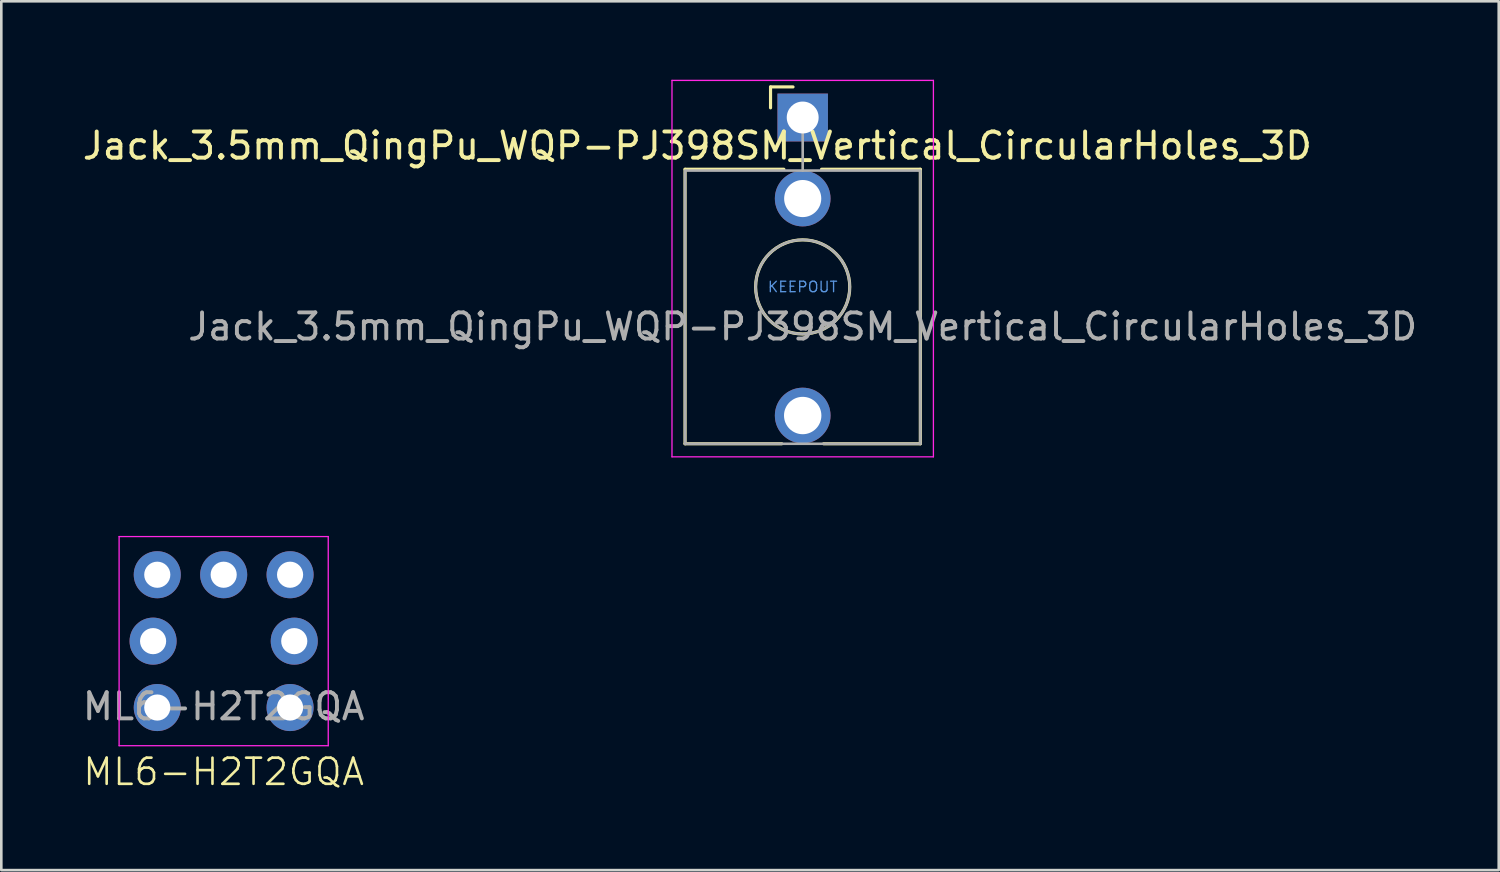
<source format=kicad_pcb>
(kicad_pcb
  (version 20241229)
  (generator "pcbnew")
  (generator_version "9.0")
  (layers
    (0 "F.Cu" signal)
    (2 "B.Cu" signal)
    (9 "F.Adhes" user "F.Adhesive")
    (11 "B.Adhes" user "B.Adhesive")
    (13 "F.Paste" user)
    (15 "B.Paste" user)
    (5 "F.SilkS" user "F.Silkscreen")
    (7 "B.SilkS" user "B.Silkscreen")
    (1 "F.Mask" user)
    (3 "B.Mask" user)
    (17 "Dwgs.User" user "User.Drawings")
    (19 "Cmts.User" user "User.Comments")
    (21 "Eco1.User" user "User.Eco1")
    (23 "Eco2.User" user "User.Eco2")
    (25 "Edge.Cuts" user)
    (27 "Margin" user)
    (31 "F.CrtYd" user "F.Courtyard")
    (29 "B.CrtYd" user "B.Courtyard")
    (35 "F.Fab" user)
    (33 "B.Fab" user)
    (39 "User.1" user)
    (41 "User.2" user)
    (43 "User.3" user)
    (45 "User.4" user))
  (footprint "Jack_3.5mm_QingPu_WQP-PJ398SM_Vertical_CircularHoles_3D"
    (layer "F.Cu")
    (at 27.655 1.445)
    (property "Reference" "Jack_3.5mm_QingPu_WQP-PJ398SM_Vertical_CircularHoles_3D" (at -4.03 1.08 180) (layer "F.SilkS") (effects (font (size 1 1) (thickness 0.15))))
    (attr through_hole)
    (fp_line (start -4.5 1.98) (end -4.5 12.48) (stroke (width 0.12) (type solid)) (layer "F.SilkS"))
    (fp_line (start -1.23 -1.17) (end -1.23 -0.37) (stroke (width 0.12) (type solid)) (layer "F.SilkS"))
    (fp_line (start -1.23 -1.17) (end -0.37 -1.17) (stroke (width 0.12) (type solid)) (layer "F.SilkS"))
    (fp_line (start -0.8 12.48) (end -4.5 12.48) (stroke (width 0.12) (type solid)) (layer "F.SilkS"))
    (fp_line (start -0.72 1.98) (end -4.5 1.98) (stroke (width 0.12) (type solid)) (layer "F.SilkS"))
    (fp_line (start 4.5 1.98) (end 0.72 1.98) (stroke (width 0.12) (type solid)) (layer "F.SilkS"))
    (fp_line (start 4.5 1.98) (end 4.5 12.48) (stroke (width 0.12) (type solid)) (layer "F.SilkS"))
    (fp_line (start 4.5 12.48) (end 0.8 12.48) (stroke (width 0.12) (type solid)) (layer "F.SilkS"))
    (fp_circle (center 0 6.48) (end 1.8 6.48) (stroke (width 0.12) (type solid)) (fill no) (layer "F.SilkS"))
    (fp_line (start -5 12.98) (end -5 -1.42) (stroke (width 0.05) (type solid)) (layer "F.CrtYd"))
    (fp_line (start 5 -1.42) (end -5 -1.42) (stroke (width 0.05) (type solid)) (layer "F.CrtYd"))
    (fp_line (start 5 12.98) (end -5 12.98) (stroke (width 0.05) (type solid)) (layer "F.CrtYd"))
    (fp_line (start 5 12.98) (end 5 -1.42) (stroke (width 0.05) (type solid)) (layer "F.CrtYd"))
    (fp_line (start -4.5 12.48) (end -4.5 2.08) (stroke (width 0.1) (type solid)) (layer "F.Fab"))
    (fp_line (start 0 0) (end 0 2.03) (stroke (width 0.1) (type solid)) (layer "F.Fab"))
    (fp_line (start 4.5 2.03) (end -4.5 2.03) (stroke (width 0.1) (type solid)) (layer "F.Fab"))
    (fp_line (start 4.5 12.48) (end -4.5 12.48) (stroke (width 0.1) (type solid)) (layer "F.Fab"))
    (fp_line (start 4.5 12.48) (end 4.5 2.08) (stroke (width 0.1) (type solid)) (layer "F.Fab"))
    (fp_circle (center 0 6.48) (end 1.8 6.48) (stroke (width 0.1) (type solid)) (fill no) (layer "F.Fab"))
    (fp_text user "KEEPOUT" (at 0 6.48 0) (layer "Cmts.User") (effects (font (size 0.4 0.4) (thickness 0.051))))
    (fp_text user "${REFERENCE}" (at 0 8 180) (layer "F.Fab") (effects (font (size 1 1) (thickness 0.15))))
    (pad "S" thru_hole rect (at 0 0 180) (size 1.93 1.83) (drill 1.22) (layers "*.Cu" "*.Mask"))
    (pad "T" thru_hole circle (at 0 11.4 180) (size 2.13 2.13) (drill 1.43) (layers "*.Cu" "*.Mask"))
    (pad "TN" thru_hole circle (at 0 3.1 180) (size 2.13 2.13) (drill 1.42) (layers "*.Cu" "*.Mask"))
    (zone (net_name "") (layer "F.Cu") (hatch full 0.508) (connect_pads) (min_thickness 0.254) (filled_areas_thickness no) (keepout (tracks not_allowed) (vias not_allowed) (pads not_allowed) (copperpour not_allowed) (footprints not_allowed)) (placement (enabled no)) (fill) (polygon (pts (xy 29.16 7.925) (xy 29.14 7.679) (xy 29.08 7.44) (xy 28.981 7.214) (xy 28.848 7.007) (xy 28.682 6.824) (xy 28.488 6.671) (xy 28.272 6.552) (xy 28.039 6.47) (xy 27.797 6.427) (xy 27.55 6.424) (xy 27.306 6.461) (xy 27.072 6.537) (xy 26.853 6.651) (xy 26.656 6.799) (xy 26.485 6.978) (xy 26.346 7.182) (xy 26.242 7.405) (xy 26.177 7.643) (xy 26.15 7.888) (xy 26.165 8.134) (xy 26.219 8.375) (xy 26.312 8.604) (xy 26.44 8.814) (xy 26.602 9) (xy 26.792 9.158) (xy 27.005 9.282) (xy 27.235 9.37) (xy 27.477 9.42) (xy 27.723 9.429) (xy 27.968 9.397) (xy 28.204 9.326) (xy 28.426 9.218) (xy 28.627 9.075) (xy 28.801 8.901) (xy 28.945 8.7) (xy 29.054 8.479) (xy 29.126 8.243) (xy 29.158 7.999)))))
  (footprint "ML6-H2T2GQA"
    (layer "F.Cu")
    (at 5.506 21.475)
    (property "Reference" "ML6-H2T2GQA" (at 0 5 0) (unlocked yes) (layer "F.SilkS") (effects (font (size 1 1) (thickness 0.1))))
    (attr through_hole)
    (fp_line (start -4 -4) (end 4 -4) (stroke (width 0.05) (type default)) (layer "F.CrtYd"))
    (fp_line (start -4 4) (end -4 -4) (stroke (width 0.05) (type default)) (layer "F.CrtYd"))
    (fp_line (start 4 -4) (end 4 4) (stroke (width 0.05) (type default)) (layer "F.CrtYd"))
    (fp_line (start 4 4) (end -4 4) (stroke (width 0.05) (type default)) (layer "F.CrtYd"))
    (fp_text user "${REFERENCE}" (at 0 2.5 0) (unlocked yes) (layer "F.Fab") (effects (font (size 1 1) (thickness 0.15))))
    (pad "1" thru_hole circle (at -2.54 2.54) (size 1.8 1.8) (drill 1) (layers "*.Cu" "*.Mask"))
    (pad "2" thru_hole circle (at 2.54 2.54) (size 1.8 1.8) (drill 1) (layers "*.Cu" "*.Mask"))
    (pad "3" thru_hole circle (at -2.54 -2.54) (size 1.8 1.8) (drill 1) (layers "*.Cu" "*.Mask"))
    (pad "4" thru_hole circle (at 2.54 -2.54) (size 1.8 1.8) (drill 1) (layers "*.Cu" "*.Mask"))
    (pad "EH" thru_hole circle (at 0 -2.54) (size 1.8 1.8) (drill 1) (layers "*.Cu" "*.Mask"))
    (pad "L1" thru_hole circle (at -2.7 0) (size 1.8 1.8) (drill 1) (layers "*.Cu" "*.Mask"))
    (pad "L2" thru_hole circle (at 2.7 0) (size 1.8 1.8) (drill 1) (layers "*.Cu" "*.Mask")))
  (gr_rect
    (start -3 -3)
    (end 54.28 30.235)
    (stroke (width 0.1) (type default))
    (fill no)
    (layer "Edge.Cuts")))
</source>
